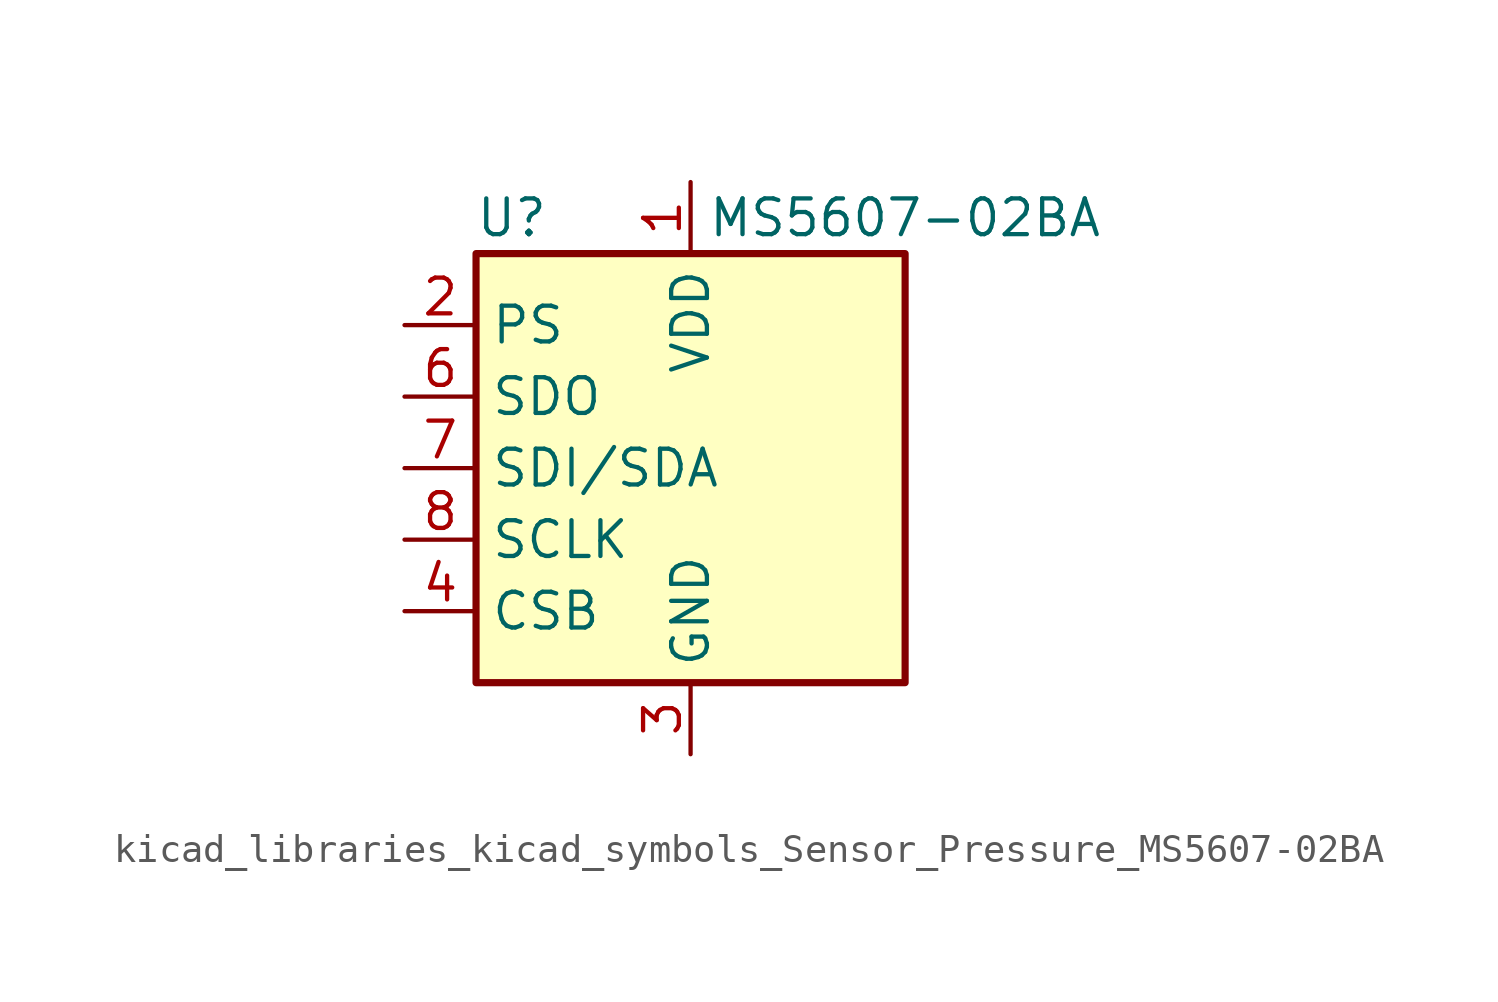
<source format=kicad_sym>
(kicad_symbol_lib
  (version 20220914)
  (generator kicad_symbol_editor)
  (symbol "kicad_libraries_kicad_symbols_Sensor_Pressure_MS5607-02BA"
    (property "Reference" "U"
      (at -6.35 8.89 0)
      (effects (font (size 1.27 1.27))))
    (property "Value" "MS5607-02BA"
      (at 7.62 8.89 0)
      (effects (font (size 1.27 1.27))))
    (symbol "kicad_libraries_kicad_symbols_Sensor_Pressure_MS5607-02BA_0_1"
      (rectangle (start -7.62 7.62) (end 7.62 -7.62) (stroke (width 0.254) (type default)) (fill (type background))))
    (symbol "kicad_libraries_kicad_symbols_Sensor_Pressure_MS5607-02BA_1_1"
      (pin power_in line (at 0 10.16 270) (length 2.54) (name "VDD" (effects (font (size 1.27 1.27)))) (number "1" (effects (font (size 1.27 1.27)))))
      (pin input line (at -10.16 5.08 0) (length 2.54) (name "PS" (effects (font (size 1.27 1.27)))) (number "2" (effects (font (size 1.27 1.27)))))
      (pin power_in line (at 0 -10.16 90) (length 2.54) (name "GND" (effects (font (size 1.27 1.27)))) (number "3" (effects (font (size 1.27 1.27)))))
      (pin input line (at -10.16 -5.08 0) (length 2.54) (name "CSB" (effects (font (size 1.27 1.27)))) (number "4" (effects (font (size 1.27 1.27)))))
      (pin input line (at -10.16 -5.08 0) (length 2.54) hide (name "CSB" (effects (font (size 1.27 1.27)))) (number "5" (effects (font (size 1.27 1.27)))))
      (pin output line (at -10.16 2.54 0) (length 2.54) (name "SDO" (effects (font (size 1.27 1.27)))) (number "6" (effects (font (size 1.27 1.27)))))
      (pin bidirectional line (at -10.16 0 0) (length 2.54) (name "SDI/SDA" (effects (font (size 1.27 1.27)))) (number "7" (effects (font (size 1.27 1.27)))))
      (pin input line (at -10.16 -2.54 0) (length 2.54) (name "SCLK" (effects (font (size 1.27 1.27)))) (number "8" (effects (font (size 1.27 1.27))))))))
</source>
